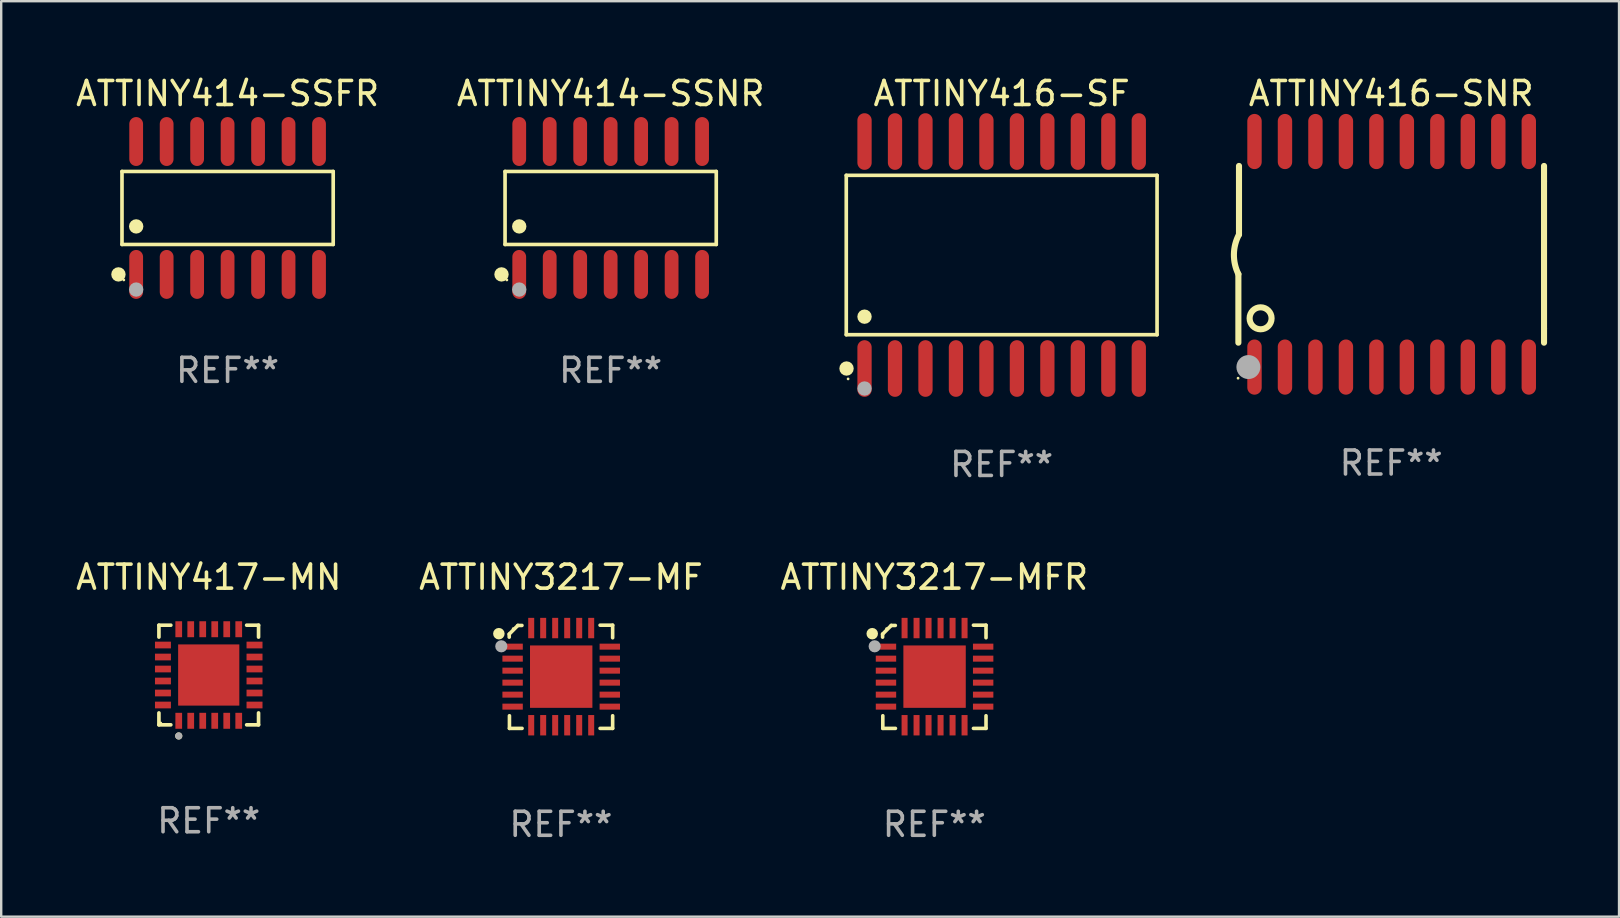
<source format=kicad_pcb>
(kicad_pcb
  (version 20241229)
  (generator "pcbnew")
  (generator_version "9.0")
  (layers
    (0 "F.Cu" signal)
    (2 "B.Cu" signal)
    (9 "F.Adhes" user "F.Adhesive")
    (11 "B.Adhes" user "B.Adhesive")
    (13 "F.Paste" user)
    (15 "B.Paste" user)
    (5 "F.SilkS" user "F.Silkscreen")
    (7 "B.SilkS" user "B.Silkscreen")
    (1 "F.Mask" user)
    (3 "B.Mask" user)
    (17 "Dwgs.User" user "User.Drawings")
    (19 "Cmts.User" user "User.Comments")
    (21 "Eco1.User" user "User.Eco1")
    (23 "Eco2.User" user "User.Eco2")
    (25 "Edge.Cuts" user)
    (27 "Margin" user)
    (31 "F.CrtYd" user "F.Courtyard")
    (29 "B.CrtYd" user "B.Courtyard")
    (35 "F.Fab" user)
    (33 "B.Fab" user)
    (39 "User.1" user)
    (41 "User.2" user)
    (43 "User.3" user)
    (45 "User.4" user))
  (footprint "ATTINY416-SNR"
    (layer "F.Cu")
    (at 54.928 7.548)
    (property "Reference" "ATTINY416-SNR" (at 0 -6.7 0) (layer "F.SilkS") (effects (font (size 1 1) (thickness 0.15))))
    (attr through_hole)
    (fp_line (start -6.369 0.826) (end -6.369 3.683) (stroke (width 0.254) (type solid)) (layer "F.SilkS"))
    (fp_line (start -6.343 -0.825) (end -6.343 -3.683) (stroke (width 0.254) (type solid)) (layer "F.SilkS"))
    (fp_line (start 6.369 -3.048) (end 6.369 -3.683) (stroke (width 0.254) (type solid)) (layer "F.SilkS"))
    (fp_line (start 6.369 -3.048) (end 6.369 3.096) (stroke (width 0.254) (type solid)) (layer "F.SilkS"))
    (fp_line (start 6.369 3.096) (end 6.369 3.683) (stroke (width 0.254) (type solid)) (layer "F.SilkS"))
    (fp_arc (start -6.36853 0.825552) (mid -6.554743 -0.00301) (end -6.343129 -0.825451) (stroke (width 0.254001) (type solid)) (layer "F.SilkS"))
    (fp_circle (center -6.382 5.163) (end -6.352 5.163) (stroke (width 0.06) (type solid)) (fill no) (layer "F.SilkS"))
    (fp_circle (center -5.443 2.667) (end -4.985 2.667) (stroke (width 0.254) (type solid)) (fill no) (layer "F.SilkS"))
    (fp_circle (center -5.951 4.699) (end -5.701 4.699) (stroke (width 0.5) (type solid)) (fill no) (layer "F.Fab"))
    (fp_text user "REF**" (at 0 8.7 0) (layer "F.Fab") (effects (font (size 1 1) (thickness 0.15))))
    (pad "1" smd oval (at -5.697 4.7 180) (size 0.6 2.3) (layers "F.Cu" "F.Mask" "F.Paste"))
    (pad "2" smd oval (at -4.427 4.7 180) (size 0.6 2.3) (layers "F.Cu" "F.Mask" "F.Paste"))
    (pad "3" smd oval (at -3.157 4.7 180) (size 0.6 2.3) (layers "F.Cu" "F.Mask" "F.Paste"))
    (pad "4" smd oval (at -1.887 4.7 180) (size 0.6 2.3) (layers "F.Cu" "F.Mask" "F.Paste"))
    (pad "5" smd oval (at -0.617 4.7 180) (size 0.6 2.3) (layers "F.Cu" "F.Mask" "F.Paste"))
    (pad "6" smd oval (at 0.653 4.7 180) (size 0.6 2.3) (layers "F.Cu" "F.Mask" "F.Paste"))
    (pad "7" smd oval (at 1.923 4.7 180) (size 0.6 2.3) (layers "F.Cu" "F.Mask" "F.Paste"))
    (pad "8" smd oval (at 3.193 4.7 180) (size 0.6 2.3) (layers "F.Cu" "F.Mask" "F.Paste"))
    (pad "9" smd oval (at 4.463 4.7 180) (size 0.6 2.3) (layers "F.Cu" "F.Mask" "F.Paste"))
    (pad "10" smd oval (at 5.734 4.7 180) (size 0.6 2.3) (layers "F.Cu" "F.Mask" "F.Paste"))
    (pad "11" smd oval (at 5.734 -4.7 180) (size 0.6 2.3) (layers "F.Cu" "F.Mask" "F.Paste"))
    (pad "12" smd oval (at 4.463 -4.7 180) (size 0.6 2.3) (layers "F.Cu" "F.Mask" "F.Paste"))
    (pad "13" smd oval (at 3.193 -4.7 180) (size 0.6 2.3) (layers "F.Cu" "F.Mask" "F.Paste"))
    (pad "14" smd oval (at 1.923 -4.7 180) (size 0.6 2.3) (layers "F.Cu" "F.Mask" "F.Paste"))
    (pad "15" smd oval (at 0.653 -4.7 180) (size 0.6 2.3) (layers "F.Cu" "F.Mask" "F.Paste"))
    (pad "16" smd oval (at -0.617 -4.7 180) (size 0.6 2.3) (layers "F.Cu" "F.Mask" "F.Paste"))
    (pad "17" smd oval (at -1.887 -4.7 180) (size 0.6 2.3) (layers "F.Cu" "F.Mask" "F.Paste"))
    (pad "18" smd oval (at -3.157 -4.7 180) (size 0.6 2.3) (layers "F.Cu" "F.Mask" "F.Paste"))
    (pad "19" smd oval (at -4.427 -4.7 180) (size 0.6 2.3) (layers "F.Cu" "F.Mask" "F.Paste"))
    (pad "20" smd oval (at -5.697 -4.7 180) (size 0.6 2.3) (layers "F.Cu" "F.Mask" "F.Paste")))
  (footprint "ATTINY3217-MF"
    (layer "F.Cu")
    (at 20.327 25.155)
    (property "Reference" "ATTINY3217-MF" (at 0 -4.15 0) (layer "F.SilkS") (effects (font (size 1 1) (thickness 0.15))))
    (attr through_hole)
    (fp_line (start -2.155 -1.779) (end -2.155 -1.652) (stroke (width 0.15) (type solid)) (layer "F.SilkS"))
    (fp_line (start -2.146 2.15) (end -2.146 1.624) (stroke (width 0.15) (type solid)) (layer "F.SilkS"))
    (fp_line (start -1.795 -2.14) (end -2.155 -1.779) (stroke (width 0.15) (type solid)) (layer "F.SilkS"))
    (fp_line (start -1.625 -2.14) (end -1.795 -2.14) (stroke (width 0.15) (type solid)) (layer "F.SilkS"))
    (fp_line (start -1.62 2.15) (end -2.146 2.15) (stroke (width 0.15) (type solid)) (layer "F.SilkS"))
    (fp_line (start 1.631 -2.15) (end 2.155 -2.15) (stroke (width 0.15) (type solid)) (layer "F.SilkS"))
    (fp_line (start 1.631 2.15) (end 2.155 2.15) (stroke (width 0.15) (type solid)) (layer "F.SilkS"))
    (fp_line (start 2.155 -2.15) (end 2.155 -1.627) (stroke (width 0.15) (type solid)) (layer "F.SilkS"))
    (fp_line (start 2.155 2.15) (end 2.155 1.624) (stroke (width 0.15) (type solid)) (layer "F.SilkS"))
    (fp_circle (center -2.587 -1.796) (end -2.467 -1.796) (stroke (width 0.24) (type solid)) (fill no) (layer "F.SilkS"))
    (fp_circle (center -1.99 -2.006) (end -1.96 -2.006) (stroke (width 0.06) (type solid)) (fill no) (layer "F.SilkS"))
    (fp_circle (center -2.485 -1.271) (end -2.358 -1.271) (stroke (width 0.254) (type solid)) (fill no) (layer "F.Fab"))
    (fp_text user "REF**" (at 0 6.15 0) (layer "F.Fab") (effects (font (size 1 1) (thickness 0.15))))
    (pad "1" smd rect (at -2.014 -1.256) (size 0.85 0.25) (layers "F.Cu" "F.Mask" "F.Paste"))
    (pad "2" smd rect (at -2.014 -0.756) (size 0.85 0.25) (layers "F.Cu" "F.Mask" "F.Paste"))
    (pad "3" smd rect (at -2.014 -0.256) (size 0.85 0.25) (layers "F.Cu" "F.Mask" "F.Paste"))
    (pad "4" smd rect (at -2.014 0.244) (size 0.85 0.25) (layers "F.Cu" "F.Mask" "F.Paste"))
    (pad "5" smd rect (at -2.014 0.744) (size 0.85 0.25) (layers "F.Cu" "F.Mask" "F.Paste"))
    (pad "6" smd rect (at -2.014 1.244) (size 0.85 0.25) (layers "F.Cu" "F.Mask" "F.Paste"))
    (pad "7" smd rect (at -1.239 2.019 90) (size 0.85 0.25) (layers "F.Cu" "F.Mask" "F.Paste"))
    (pad "8" smd rect (at -0.74 2.019 90) (size 0.85 0.25) (layers "F.Cu" "F.Mask" "F.Paste"))
    (pad "9" smd rect (at -0.24 2.019 90) (size 0.85 0.25) (layers "F.Cu" "F.Mask" "F.Paste"))
    (pad "10" smd rect (at 0.261 2.019 90) (size 0.85 0.25) (layers "F.Cu" "F.Mask" "F.Paste"))
    (pad "11" smd rect (at 0.761 2.019 90) (size 0.85 0.25) (layers "F.Cu" "F.Mask" "F.Paste"))
    (pad "12" smd rect (at 1.261 2.019 90) (size 0.85 0.25) (layers "F.Cu" "F.Mask" "F.Paste"))
    (pad "13" smd rect (at 2.036 1.244) (size 0.85 0.25) (layers "F.Cu" "F.Mask" "F.Paste"))
    (pad "14" smd rect (at 2.036 0.744) (size 0.85 0.25) (layers "F.Cu" "F.Mask" "F.Paste"))
    (pad "15" smd rect (at 2.036 0.244) (size 0.85 0.25) (layers "F.Cu" "F.Mask" "F.Paste"))
    (pad "16" smd rect (at 2.036 -0.256) (size 0.85 0.25) (layers "F.Cu" "F.Mask" "F.Paste"))
    (pad "17" smd rect (at 2.036 -0.756) (size 0.85 0.25) (layers "F.Cu" "F.Mask" "F.Paste"))
    (pad "18" smd rect (at 2.036 -1.256) (size 0.85 0.25) (layers "F.Cu" "F.Mask" "F.Paste"))
    (pad "19" smd rect (at 1.261 -2.031 90) (size 0.85 0.25) (layers "F.Cu" "F.Mask" "F.Paste"))
    (pad "20" smd rect (at 0.761 -2.031 90) (size 0.85 0.25) (layers "F.Cu" "F.Mask" "F.Paste"))
    (pad "21" smd rect (at 0.261 -2.031 90) (size 0.85 0.25) (layers "F.Cu" "F.Mask" "F.Paste"))
    (pad "22" smd rect (at -0.24 -2.031 90) (size 0.85 0.25) (layers "F.Cu" "F.Mask" "F.Paste"))
    (pad "23" smd rect (at -0.74 -2.031 90) (size 0.85 0.25) (layers "F.Cu" "F.Mask" "F.Paste"))
    (pad "24" smd rect (at -1.239 -2.031 90) (size 0.85 0.25) (layers "F.Cu" "F.Mask" "F.Paste"))
    (pad "25" smd rect (at 0.011 -0.006) (size 2.6 2.6) (layers "F.Cu" "F.Mask" "F.Paste")))
  (footprint "ATTINY414-SSNR"
    (layer "F.Cu")
    (at 22.399 5.617)
    (property "Reference" "ATTINY414-SSNR" (at 0 -4.769 0) (layer "F.SilkS") (effects (font (size 1 1) (thickness 0.15))))
    (attr through_hole)
    (fp_line (start -4.401 -1.521) (end 4.401 -1.521) (stroke (width 0.152) (type solid)) (layer "F.SilkS"))
    (fp_line (start -4.401 1.521) (end -4.401 -1.521) (stroke (width 0.152) (type solid)) (layer "F.SilkS"))
    (fp_line (start 4.401 -1.521) (end 4.401 1.521) (stroke (width 0.152) (type solid)) (layer "F.SilkS"))
    (fp_line (start 4.401 1.521) (end -4.401 1.521) (stroke (width 0.152) (type solid)) (layer "F.SilkS"))
    (fp_circle (center -4.549 2.769) (end -4.399 2.769) (stroke (width 0.3) (type solid)) (fill no) (layer "F.SilkS"))
    (fp_circle (center -4.325 3) (end -4.295 3) (stroke (width 0.06) (type solid)) (fill no) (layer "F.SilkS"))
    (fp_circle (center -3.81 0.769) (end -3.66 0.769) (stroke (width 0.3) (type solid)) (fill no) (layer "F.SilkS"))
    (fp_circle (center -3.81 3.4) (end -3.66 3.4) (stroke (width 0.3) (type solid)) (fill no) (layer "F.Fab"))
    (fp_text user "REF**" (at 0 6.769 0) (layer "F.Fab") (effects (font (size 1 1) (thickness 0.15))))
    (pad "1" smd oval (at -3.81 2.769) (size 0.574 2.038) (layers "F.Cu" "F.Mask" "F.Paste"))
    (pad "2" smd oval (at -2.54 2.769) (size 0.574 2.038) (layers "F.Cu" "F.Mask" "F.Paste"))
    (pad "3" smd oval (at -1.27 2.769) (size 0.574 2.038) (layers "F.Cu" "F.Mask" "F.Paste"))
    (pad "4" smd oval (at 0 2.769) (size 0.574 2.038) (layers "F.Cu" "F.Mask" "F.Paste"))
    (pad "5" smd oval (at 1.27 2.769) (size 0.574 2.038) (layers "F.Cu" "F.Mask" "F.Paste"))
    (pad "6" smd oval (at 2.54 2.769) (size 0.574 2.038) (layers "F.Cu" "F.Mask" "F.Paste"))
    (pad "7" smd oval (at 3.81 2.769) (size 0.574 2.038) (layers "F.Cu" "F.Mask" "F.Paste"))
    (pad "8" smd oval (at 3.81 -2.769) (size 0.574 2.038) (layers "F.Cu" "F.Mask" "F.Paste"))
    (pad "9" smd oval (at 2.54 -2.769) (size 0.574 2.038) (layers "F.Cu" "F.Mask" "F.Paste"))
    (pad "10" smd oval (at 1.27 -2.769) (size 0.574 2.038) (layers "F.Cu" "F.Mask" "F.Paste"))
    (pad "11" smd oval (at 0 -2.769) (size 0.574 2.038) (layers "F.Cu" "F.Mask" "F.Paste"))
    (pad "12" smd oval (at -1.27 -2.769) (size 0.574 2.038) (layers "F.Cu" "F.Mask" "F.Paste"))
    (pad "13" smd oval (at -2.54 -2.769) (size 0.574 2.038) (layers "F.Cu" "F.Mask" "F.Paste"))
    (pad "14" smd oval (at -3.81 -2.769) (size 0.574 2.038) (layers "F.Cu" "F.Mask" "F.Paste")))
  (footprint "ATTINY3217-MFR"
    (layer "F.Cu")
    (at 35.887 25.155)
    (property "Reference" "ATTINY3217-MFR" (at 0 -4.15 0) (layer "F.SilkS") (effects (font (size 1 1) (thickness 0.15))))
    (attr through_hole)
    (fp_line (start -2.155 -1.779) (end -2.155 -1.652) (stroke (width 0.15) (type solid)) (layer "F.SilkS"))
    (fp_line (start -2.146 2.15) (end -2.146 1.624) (stroke (width 0.15) (type solid)) (layer "F.SilkS"))
    (fp_line (start -1.795 -2.14) (end -2.155 -1.779) (stroke (width 0.15) (type solid)) (layer "F.SilkS"))
    (fp_line (start -1.625 -2.14) (end -1.795 -2.14) (stroke (width 0.15) (type solid)) (layer "F.SilkS"))
    (fp_line (start -1.62 2.15) (end -2.146 2.15) (stroke (width 0.15) (type solid)) (layer "F.SilkS"))
    (fp_line (start 1.631 -2.15) (end 2.155 -2.15) (stroke (width 0.15) (type solid)) (layer "F.SilkS"))
    (fp_line (start 1.631 2.15) (end 2.155 2.15) (stroke (width 0.15) (type solid)) (layer "F.SilkS"))
    (fp_line (start 2.155 -2.15) (end 2.155 -1.627) (stroke (width 0.15) (type solid)) (layer "F.SilkS"))
    (fp_line (start 2.155 2.15) (end 2.155 1.624) (stroke (width 0.15) (type solid)) (layer "F.SilkS"))
    (fp_circle (center -2.587 -1.796) (end -2.467 -1.796) (stroke (width 0.24) (type solid)) (fill no) (layer "F.SilkS"))
    (fp_circle (center -1.99 -2.006) (end -1.96 -2.006) (stroke (width 0.06) (type solid)) (fill no) (layer "F.SilkS"))
    (fp_circle (center -2.485 -1.271) (end -2.358 -1.271) (stroke (width 0.254) (type solid)) (fill no) (layer "F.Fab"))
    (fp_text user "REF**" (at 0 6.15 0) (layer "F.Fab") (effects (font (size 1 1) (thickness 0.15))))
    (pad "1" smd rect (at -2.014 -1.256) (size 0.85 0.25) (layers "F.Cu" "F.Mask" "F.Paste"))
    (pad "2" smd rect (at -2.014 -0.756) (size 0.85 0.25) (layers "F.Cu" "F.Mask" "F.Paste"))
    (pad "3" smd rect (at -2.014 -0.256) (size 0.85 0.25) (layers "F.Cu" "F.Mask" "F.Paste"))
    (pad "4" smd rect (at -2.014 0.244) (size 0.85 0.25) (layers "F.Cu" "F.Mask" "F.Paste"))
    (pad "5" smd rect (at -2.014 0.744) (size 0.85 0.25) (layers "F.Cu" "F.Mask" "F.Paste"))
    (pad "6" smd rect (at -2.014 1.244) (size 0.85 0.25) (layers "F.Cu" "F.Mask" "F.Paste"))
    (pad "7" smd rect (at -1.239 2.019 90) (size 0.85 0.25) (layers "F.Cu" "F.Mask" "F.Paste"))
    (pad "8" smd rect (at -0.74 2.019 90) (size 0.85 0.25) (layers "F.Cu" "F.Mask" "F.Paste"))
    (pad "9" smd rect (at -0.24 2.019 90) (size 0.85 0.25) (layers "F.Cu" "F.Mask" "F.Paste"))
    (pad "10" smd rect (at 0.261 2.019 90) (size 0.85 0.25) (layers "F.Cu" "F.Mask" "F.Paste"))
    (pad "11" smd rect (at 0.761 2.019 90) (size 0.85 0.25) (layers "F.Cu" "F.Mask" "F.Paste"))
    (pad "12" smd rect (at 1.261 2.019 90) (size 0.85 0.25) (layers "F.Cu" "F.Mask" "F.Paste"))
    (pad "13" smd rect (at 2.036 1.244) (size 0.85 0.25) (layers "F.Cu" "F.Mask" "F.Paste"))
    (pad "14" smd rect (at 2.036 0.744) (size 0.85 0.25) (layers "F.Cu" "F.Mask" "F.Paste"))
    (pad "15" smd rect (at 2.036 0.244) (size 0.85 0.25) (layers "F.Cu" "F.Mask" "F.Paste"))
    (pad "16" smd rect (at 2.036 -0.256) (size 0.85 0.25) (layers "F.Cu" "F.Mask" "F.Paste"))
    (pad "17" smd rect (at 2.036 -0.756) (size 0.85 0.25) (layers "F.Cu" "F.Mask" "F.Paste"))
    (pad "18" smd rect (at 2.036 -1.256) (size 0.85 0.25) (layers "F.Cu" "F.Mask" "F.Paste"))
    (pad "19" smd rect (at 1.261 -2.031 90) (size 0.85 0.25) (layers "F.Cu" "F.Mask" "F.Paste"))
    (pad "20" smd rect (at 0.761 -2.031 90) (size 0.85 0.25) (layers "F.Cu" "F.Mask" "F.Paste"))
    (pad "21" smd rect (at 0.261 -2.031 90) (size 0.85 0.25) (layers "F.Cu" "F.Mask" "F.Paste"))
    (pad "22" smd rect (at -0.24 -2.031 90) (size 0.85 0.25) (layers "F.Cu" "F.Mask" "F.Paste"))
    (pad "23" smd rect (at -0.74 -2.031 90) (size 0.85 0.25) (layers "F.Cu" "F.Mask" "F.Paste"))
    (pad "24" smd rect (at -1.239 -2.031 90) (size 0.85 0.25) (layers "F.Cu" "F.Mask" "F.Paste"))
    (pad "25" smd rect (at 0.011 -0.006) (size 2.6 2.6) (layers "F.Cu" "F.Mask" "F.Paste")))
  (footprint "ATTINY414-SSFR"
    (layer "F.Cu")
    (at 6.435 5.617)
    (property "Reference" "ATTINY414-SSFR" (at 0 -4.769 0) (layer "F.SilkS") (effects (font (size 1 1) (thickness 0.15))))
    (attr through_hole)
    (fp_line (start -4.401 -1.521) (end 4.401 -1.521) (stroke (width 0.152) (type solid)) (layer "F.SilkS"))
    (fp_line (start -4.401 1.521) (end -4.401 -1.521) (stroke (width 0.152) (type solid)) (layer "F.SilkS"))
    (fp_line (start 4.401 -1.521) (end 4.401 1.521) (stroke (width 0.152) (type solid)) (layer "F.SilkS"))
    (fp_line (start 4.401 1.521) (end -4.401 1.521) (stroke (width 0.152) (type solid)) (layer "F.SilkS"))
    (fp_circle (center -4.549 2.769) (end -4.399 2.769) (stroke (width 0.3) (type solid)) (fill no) (layer "F.SilkS"))
    (fp_circle (center -4.325 3) (end -4.295 3) (stroke (width 0.06) (type solid)) (fill no) (layer "F.SilkS"))
    (fp_circle (center -3.81 0.769) (end -3.66 0.769) (stroke (width 0.3) (type solid)) (fill no) (layer "F.SilkS"))
    (fp_circle (center -3.81 3.4) (end -3.66 3.4) (stroke (width 0.3) (type solid)) (fill no) (layer "F.Fab"))
    (fp_text user "REF**" (at 0 6.769 0) (layer "F.Fab") (effects (font (size 1 1) (thickness 0.15))))
    (pad "1" smd oval (at -3.81 2.769) (size 0.574 2.038) (layers "F.Cu" "F.Mask" "F.Paste"))
    (pad "2" smd oval (at -2.54 2.769) (size 0.574 2.038) (layers "F.Cu" "F.Mask" "F.Paste"))
    (pad "3" smd oval (at -1.27 2.769) (size 0.574 2.038) (layers "F.Cu" "F.Mask" "F.Paste"))
    (pad "4" smd oval (at 0 2.769) (size 0.574 2.038) (layers "F.Cu" "F.Mask" "F.Paste"))
    (pad "5" smd oval (at 1.27 2.769) (size 0.574 2.038) (layers "F.Cu" "F.Mask" "F.Paste"))
    (pad "6" smd oval (at 2.54 2.769) (size 0.574 2.038) (layers "F.Cu" "F.Mask" "F.Paste"))
    (pad "7" smd oval (at 3.81 2.769) (size 0.574 2.038) (layers "F.Cu" "F.Mask" "F.Paste"))
    (pad "8" smd oval (at 3.81 -2.769) (size 0.574 2.038) (layers "F.Cu" "F.Mask" "F.Paste"))
    (pad "9" smd oval (at 2.54 -2.769) (size 0.574 2.038) (layers "F.Cu" "F.Mask" "F.Paste"))
    (pad "10" smd oval (at 1.27 -2.769) (size 0.574 2.038) (layers "F.Cu" "F.Mask" "F.Paste"))
    (pad "11" smd oval (at 0 -2.769) (size 0.574 2.038) (layers "F.Cu" "F.Mask" "F.Paste"))
    (pad "12" smd oval (at -1.27 -2.769) (size 0.574 2.038) (layers "F.Cu" "F.Mask" "F.Paste"))
    (pad "13" smd oval (at -2.54 -2.769) (size 0.574 2.038) (layers "F.Cu" "F.Mask" "F.Paste"))
    (pad "14" smd oval (at -3.81 -2.769) (size 0.574 2.038) (layers "F.Cu" "F.Mask" "F.Paste")))
  (footprint "ATTINY416-SF"
    (layer "F.Cu")
    (at 38.694 7.578)
    (property "Reference" "ATTINY416-SF" (at 0 -6.73 0) (layer "F.SilkS") (effects (font (size 1 1) (thickness 0.15))))
    (attr through_hole)
    (fp_line (start -6.476 -3.321) (end 6.476 -3.321) (stroke (width 0.152) (type solid)) (layer "F.SilkS"))
    (fp_line (start -6.476 3.321) (end -6.476 -3.321) (stroke (width 0.152) (type solid)) (layer "F.SilkS"))
    (fp_line (start 6.476 -3.321) (end 6.476 3.321) (stroke (width 0.152) (type solid)) (layer "F.SilkS"))
    (fp_line (start 6.476 3.321) (end -6.476 3.321) (stroke (width 0.152) (type solid)) (layer "F.SilkS"))
    (fp_circle (center -6.465 4.73) (end -6.315 4.73) (stroke (width 0.3) (type solid)) (fill no) (layer "F.SilkS"))
    (fp_circle (center -6.4 5.163) (end -6.37 5.163) (stroke (width 0.06) (type solid)) (fill no) (layer "F.SilkS"))
    (fp_circle (center -5.715 2.569) (end -5.565 2.569) (stroke (width 0.3) (type solid)) (fill no) (layer "F.SilkS"))
    (fp_circle (center -5.715 5.563) (end -5.565 5.563) (stroke (width 0.3) (type solid)) (fill no) (layer "F.Fab"))
    (fp_text user "REF**" (at 0 8.73 0) (layer "F.Fab") (effects (font (size 1 1) (thickness 0.15))))
    (pad "1" smd oval (at -5.715 4.73) (size 0.595 2.36) (layers "F.Cu" "F.Mask" "F.Paste"))
    (pad "2" smd oval (at -4.445 4.73) (size 0.595 2.36) (layers "F.Cu" "F.Mask" "F.Paste"))
    (pad "3" smd oval (at -3.175 4.73) (size 0.595 2.36) (layers "F.Cu" "F.Mask" "F.Paste"))
    (pad "4" smd oval (at -1.905 4.73) (size 0.595 2.36) (layers "F.Cu" "F.Mask" "F.Paste"))
    (pad "5" smd oval (at -0.635 4.73) (size 0.595 2.36) (layers "F.Cu" "F.Mask" "F.Paste"))
    (pad "6" smd oval (at 0.635 4.73) (size 0.595 2.36) (layers "F.Cu" "F.Mask" "F.Paste"))
    (pad "7" smd oval (at 1.905 4.73) (size 0.595 2.36) (layers "F.Cu" "F.Mask" "F.Paste"))
    (pad "8" smd oval (at 3.175 4.73) (size 0.595 2.36) (layers "F.Cu" "F.Mask" "F.Paste"))
    (pad "9" smd oval (at 4.445 4.73) (size 0.595 2.36) (layers "F.Cu" "F.Mask" "F.Paste"))
    (pad "10" smd oval (at 5.715 4.73) (size 0.595 2.36) (layers "F.Cu" "F.Mask" "F.Paste"))
    (pad "11" smd oval (at 5.715 -4.73) (size 0.595 2.36) (layers "F.Cu" "F.Mask" "F.Paste"))
    (pad "12" smd oval (at 4.445 -4.73) (size 0.595 2.36) (layers "F.Cu" "F.Mask" "F.Paste"))
    (pad "13" smd oval (at 3.175 -4.73) (size 0.595 2.36) (layers "F.Cu" "F.Mask" "F.Paste"))
    (pad "14" smd oval (at 1.905 -4.73) (size 0.595 2.36) (layers "F.Cu" "F.Mask" "F.Paste"))
    (pad "15" smd oval (at 0.635 -4.73) (size 0.595 2.36) (layers "F.Cu" "F.Mask" "F.Paste"))
    (pad "16" smd oval (at -0.635 -4.73) (size 0.595 2.36) (layers "F.Cu" "F.Mask" "F.Paste"))
    (pad "17" smd oval (at -1.905 -4.73) (size 0.595 2.36) (layers "F.Cu" "F.Mask" "F.Paste"))
    (pad "18" smd oval (at -3.175 -4.73) (size 0.595 2.36) (layers "F.Cu" "F.Mask" "F.Paste"))
    (pad "19" smd oval (at -4.445 -4.73) (size 0.595 2.36) (layers "F.Cu" "F.Mask" "F.Paste"))
    (pad "20" smd oval (at -5.715 -4.73) (size 0.595 2.36) (layers "F.Cu" "F.Mask" "F.Paste")))
  (footprint "ATTINY417-MN"
    (layer "F.Cu")
    (at 5.649 25.081)
    (property "Reference" "ATTINY417-MN" (at 0 -4.076 0) (layer "F.SilkS") (effects (font (size 1 1) (thickness 0.15))))
    (attr through_hole)
    (fp_line (start -2.076 -2.076) (end -1.58 -2.076) (stroke (width 0.152) (type solid)) (layer "F.SilkS"))
    (fp_line (start -2.076 -1.58) (end -2.076 -2.076) (stroke (width 0.152) (type solid)) (layer "F.SilkS"))
    (fp_line (start -2.076 1.58) (end -2.076 2.076) (stroke (width 0.152) (type solid)) (layer "F.SilkS"))
    (fp_line (start -2.076 2.076) (end -1.58 2.076) (stroke (width 0.152) (type solid)) (layer "F.SilkS"))
    (fp_line (start 2.076 -2.076) (end 1.58 -2.076) (stroke (width 0.152) (type solid)) (layer "F.SilkS"))
    (fp_line (start 2.076 -1.58) (end 2.076 -2.076) (stroke (width 0.152) (type solid)) (layer "F.SilkS"))
    (fp_line (start 2.076 1.58) (end 2.076 2.076) (stroke (width 0.152) (type solid)) (layer "F.SilkS"))
    (fp_line (start 2.076 2.076) (end 1.58 2.076) (stroke (width 0.152) (type solid)) (layer "F.SilkS"))
    (fp_circle (center -2 2) (end -1.97 2) (stroke (width 0.06) (type solid)) (fill no) (layer "F.SilkS"))
    (fp_circle (center -1.25 2.54) (end -1.175 2.54) (stroke (width 0.15) (type solid)) (fill no) (layer "F.SilkS"))
    (fp_circle (center -1.25 2.54) (end -1.175 2.54) (stroke (width 0.15) (type solid)) (fill no) (layer "F.Fab"))
    (fp_text user "REF**" (at 0 6.076 0) (layer "F.Fab") (effects (font (size 1 1) (thickness 0.15))))
    (pad "1" smd rect (at -1.25 1.908) (size 0.28 0.665) (layers "F.Cu" "F.Mask" "F.Paste"))
    (pad "2" smd rect (at -0.75 1.908) (size 0.28 0.665) (layers "F.Cu" "F.Mask" "F.Paste"))
    (pad "3" smd rect (at -0.25 1.908) (size 0.28 0.665) (layers "F.Cu" "F.Mask" "F.Paste"))
    (pad "4" smd rect (at 0.25 1.908) (size 0.28 0.665) (layers "F.Cu" "F.Mask" "F.Paste"))
    (pad "5" smd rect (at 0.75 1.908) (size 0.28 0.665) (layers "F.Cu" "F.Mask" "F.Paste"))
    (pad "6" smd rect (at 1.25 1.908) (size 0.28 0.665) (layers "F.Cu" "F.Mask" "F.Paste"))
    (pad "7" smd rect (at 1.908 1.25) (size 0.665 0.28) (layers "F.Cu" "F.Mask" "F.Paste"))
    (pad "8" smd rect (at 1.908 0.75) (size 0.665 0.28) (layers "F.Cu" "F.Mask" "F.Paste"))
    (pad "9" smd rect (at 1.908 0.25) (size 0.665 0.28) (layers "F.Cu" "F.Mask" "F.Paste"))
    (pad "10" smd rect (at 1.908 -0.25) (size 0.665 0.28) (layers "F.Cu" "F.Mask" "F.Paste"))
    (pad "11" smd rect (at 1.908 -0.75) (size 0.665 0.28) (layers "F.Cu" "F.Mask" "F.Paste"))
    (pad "12" smd rect (at 1.908 -1.25) (size 0.665 0.28) (layers "F.Cu" "F.Mask" "F.Paste"))
    (pad "13" smd rect (at 1.25 -1.908) (size 0.28 0.665) (layers "F.Cu" "F.Mask" "F.Paste"))
    (pad "14" smd rect (at 0.75 -1.908) (size 0.28 0.665) (layers "F.Cu" "F.Mask" "F.Paste"))
    (pad "15" smd rect (at 0.25 -1.908) (size 0.28 0.665) (layers "F.Cu" "F.Mask" "F.Paste"))
    (pad "16" smd rect (at -0.25 -1.908) (size 0.28 0.665) (layers "F.Cu" "F.Mask" "F.Paste"))
    (pad "17" smd rect (at -0.75 -1.908) (size 0.28 0.665) (layers "F.Cu" "F.Mask" "F.Paste"))
    (pad "18" smd rect (at -1.25 -1.908) (size 0.28 0.665) (layers "F.Cu" "F.Mask" "F.Paste"))
    (pad "19" smd rect (at -1.908 -1.25) (size 0.665 0.28) (layers "F.Cu" "F.Mask" "F.Paste"))
    (pad "20" smd rect (at -1.908 -0.75) (size 0.665 0.28) (layers "F.Cu" "F.Mask" "F.Paste"))
    (pad "21" smd rect (at -1.908 -0.25) (size 0.665 0.28) (layers "F.Cu" "F.Mask" "F.Paste"))
    (pad "22" smd rect (at -1.908 0.25) (size 0.665 0.28) (layers "F.Cu" "F.Mask" "F.Paste"))
    (pad "23" smd rect (at -1.908 0.75) (size 0.665 0.28) (layers "F.Cu" "F.Mask" "F.Paste"))
    (pad "24" smd rect (at -1.908 1.25) (size 0.665 0.28) (layers "F.Cu" "F.Mask" "F.Paste"))
    (pad "25" smd rect (at 0 0) (size 2.55 2.55) (layers "F.Cu" "F.Mask" "F.Paste")))
  (gr_rect
    (start -3 -3)
    (end 64.423 35.153)
    (stroke (width 0.1) (type default))
    (fill no)
    (layer "Edge.Cuts")))
</source>
